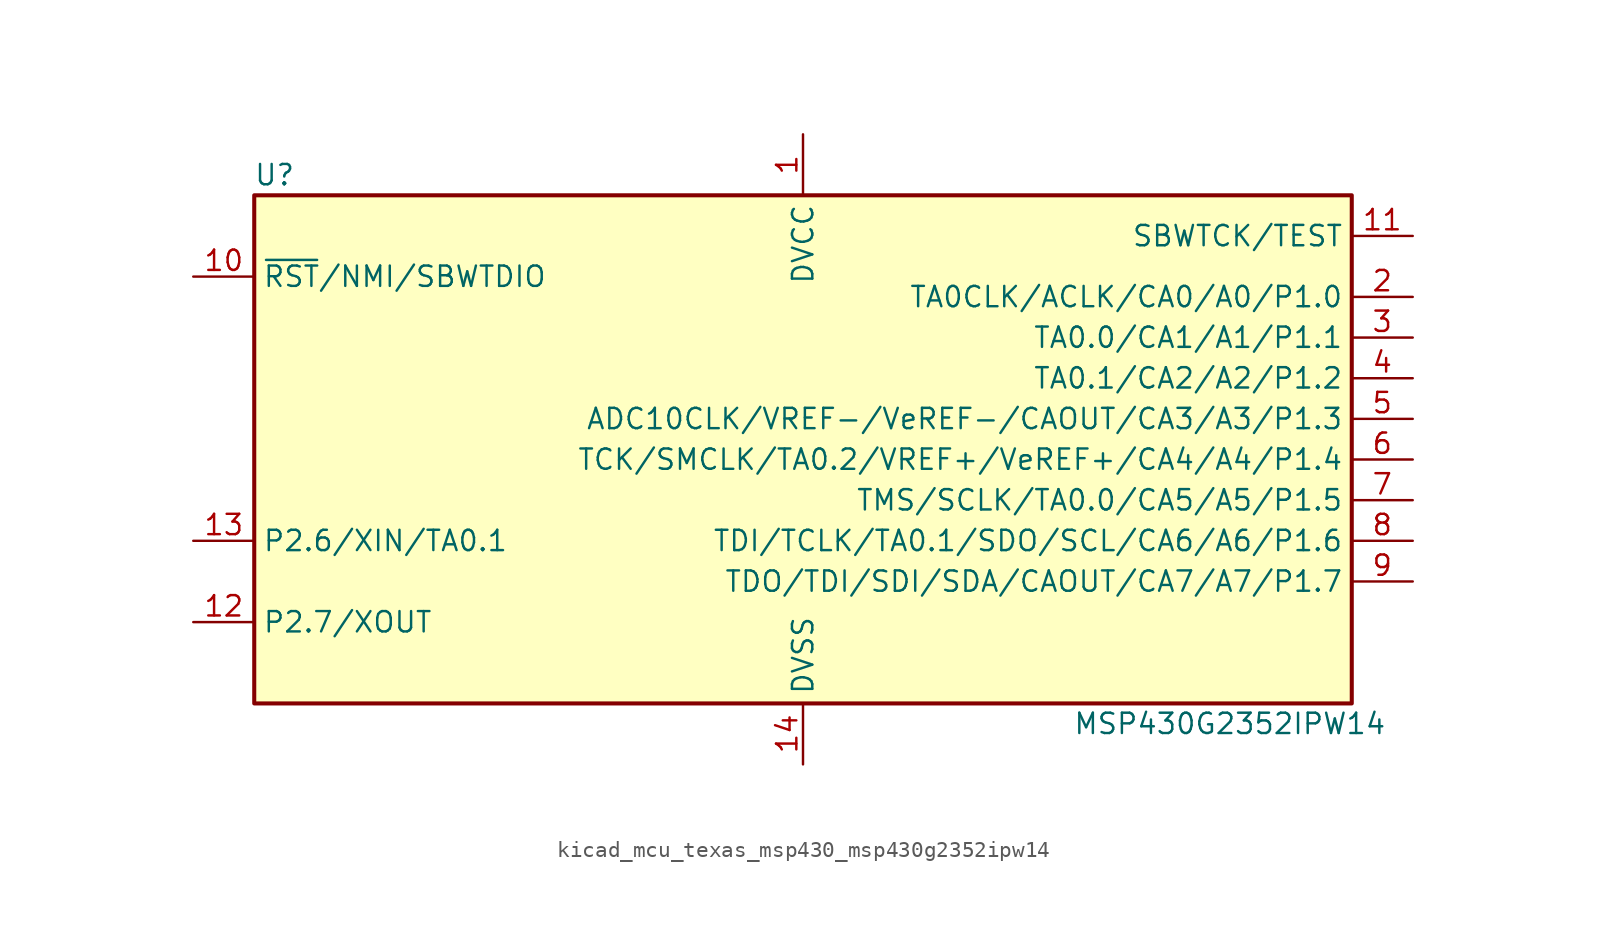
<source format=kicad_sym>
(kicad_symbol_lib
  (version 20220914)
  (generator kicad_symbol_editor)
  (symbol "kicad_mcu_texas_msp430_msp430g2352ipw14"
    (property "Reference" "U"
      (at -33.02 17.78 0)
      (effects (font (size 1.27 1.27))))
    (property "Value" "MSP430G2352IPW14"
      (at 26.67 -16.51 0)
      (effects (font (size 1.27 1.27))))
    (symbol "kicad_mcu_texas_msp430_msp430g2352ipw14_0_1"
      (rectangle (start -34.29 16.51) (end 34.29 -15.24) (stroke (width 0.254) (type default)) (fill (type background))))
    (symbol "kicad_mcu_texas_msp430_msp430g2352ipw14_1_1"
      (pin power_in line (at 0 20.32 270) (length 3.81) (name "DVCC" (effects (font (size 1.27 1.27)))) (number "1" (effects (font (size 1.27 1.27)))))
      (pin input line (at -38.1 11.43 0) (length 3.81) (name "~{RST}/NMI/SBWTDIO" (effects (font (size 1.27 1.27)))) (number "10" (effects (font (size 1.27 1.27)))))
      (pin input line (at 38.1 13.97 180) (length 3.81) (name "SBWTCK/TEST" (effects (font (size 1.27 1.27)))) (number "11" (effects (font (size 1.27 1.27)))))
      (pin bidirectional line (at -38.1 -10.16 0) (length 3.81) (name "P2.7/XOUT" (effects (font (size 1.27 1.27)))) (number "12" (effects (font (size 1.27 1.27)))))
      (pin bidirectional line (at -38.1 -5.08 0) (length 3.81) (name "P2.6/XIN/TA0.1" (effects (font (size 1.27 1.27)))) (number "13" (effects (font (size 1.27 1.27)))))
      (pin power_in line (at 0 -19.05 90) (length 3.81) (name "DVSS" (effects (font (size 1.27 1.27)))) (number "14" (effects (font (size 1.27 1.27)))))
      (pin bidirectional line (at 38.1 10.16 180) (length 3.81) (name "TA0CLK/ACLK/CA0/A0/P1.0" (effects (font (size 1.27 1.27)))) (number "2" (effects (font (size 1.27 1.27)))))
      (pin bidirectional line (at 38.1 7.62 180) (length 3.81) (name "TA0.0/CA1/A1/P1.1" (effects (font (size 1.27 1.27)))) (number "3" (effects (font (size 1.27 1.27)))))
      (pin bidirectional line (at 38.1 5.08 180) (length 3.81) (name "TA0.1/CA2/A2/P1.2" (effects (font (size 1.27 1.27)))) (number "4" (effects (font (size 1.27 1.27)))))
      (pin bidirectional line (at 38.1 2.54 180) (length 3.81) (name "ADC10CLK/VREF-/VeREF-/CAOUT/CA3/A3/P1.3" (effects (font (size 1.27 1.27)))) (number "5" (effects (font (size 1.27 1.27)))))
      (pin bidirectional line (at 38.1 0 180) (length 3.81) (name "TCK/SMCLK/TA0.2/VREF+/VeREF+/CA4/A4/P1.4" (effects (font (size 1.27 1.27)))) (number "6" (effects (font (size 1.27 1.27)))))
      (pin bidirectional line (at 38.1 -2.54 180) (length 3.81) (name "TMS/SCLK/TA0.0/CA5/A5/P1.5" (effects (font (size 1.27 1.27)))) (number "7" (effects (font (size 1.27 1.27)))))
      (pin bidirectional line (at 38.1 -5.08 180) (length 3.81) (name "TDI/TCLK/TA0.1/SDO/SCL/CA6/A6/P1.6" (effects (font (size 1.27 1.27)))) (number "8" (effects (font (size 1.27 1.27)))))
      (pin bidirectional line (at 38.1 -7.62 180) (length 3.81) (name "TDO/TDI/SDI/SDA/CAOUT/CA7/A7/P1.7" (effects (font (size 1.27 1.27)))) (number "9" (effects (font (size 1.27 1.27))))))))
</source>
